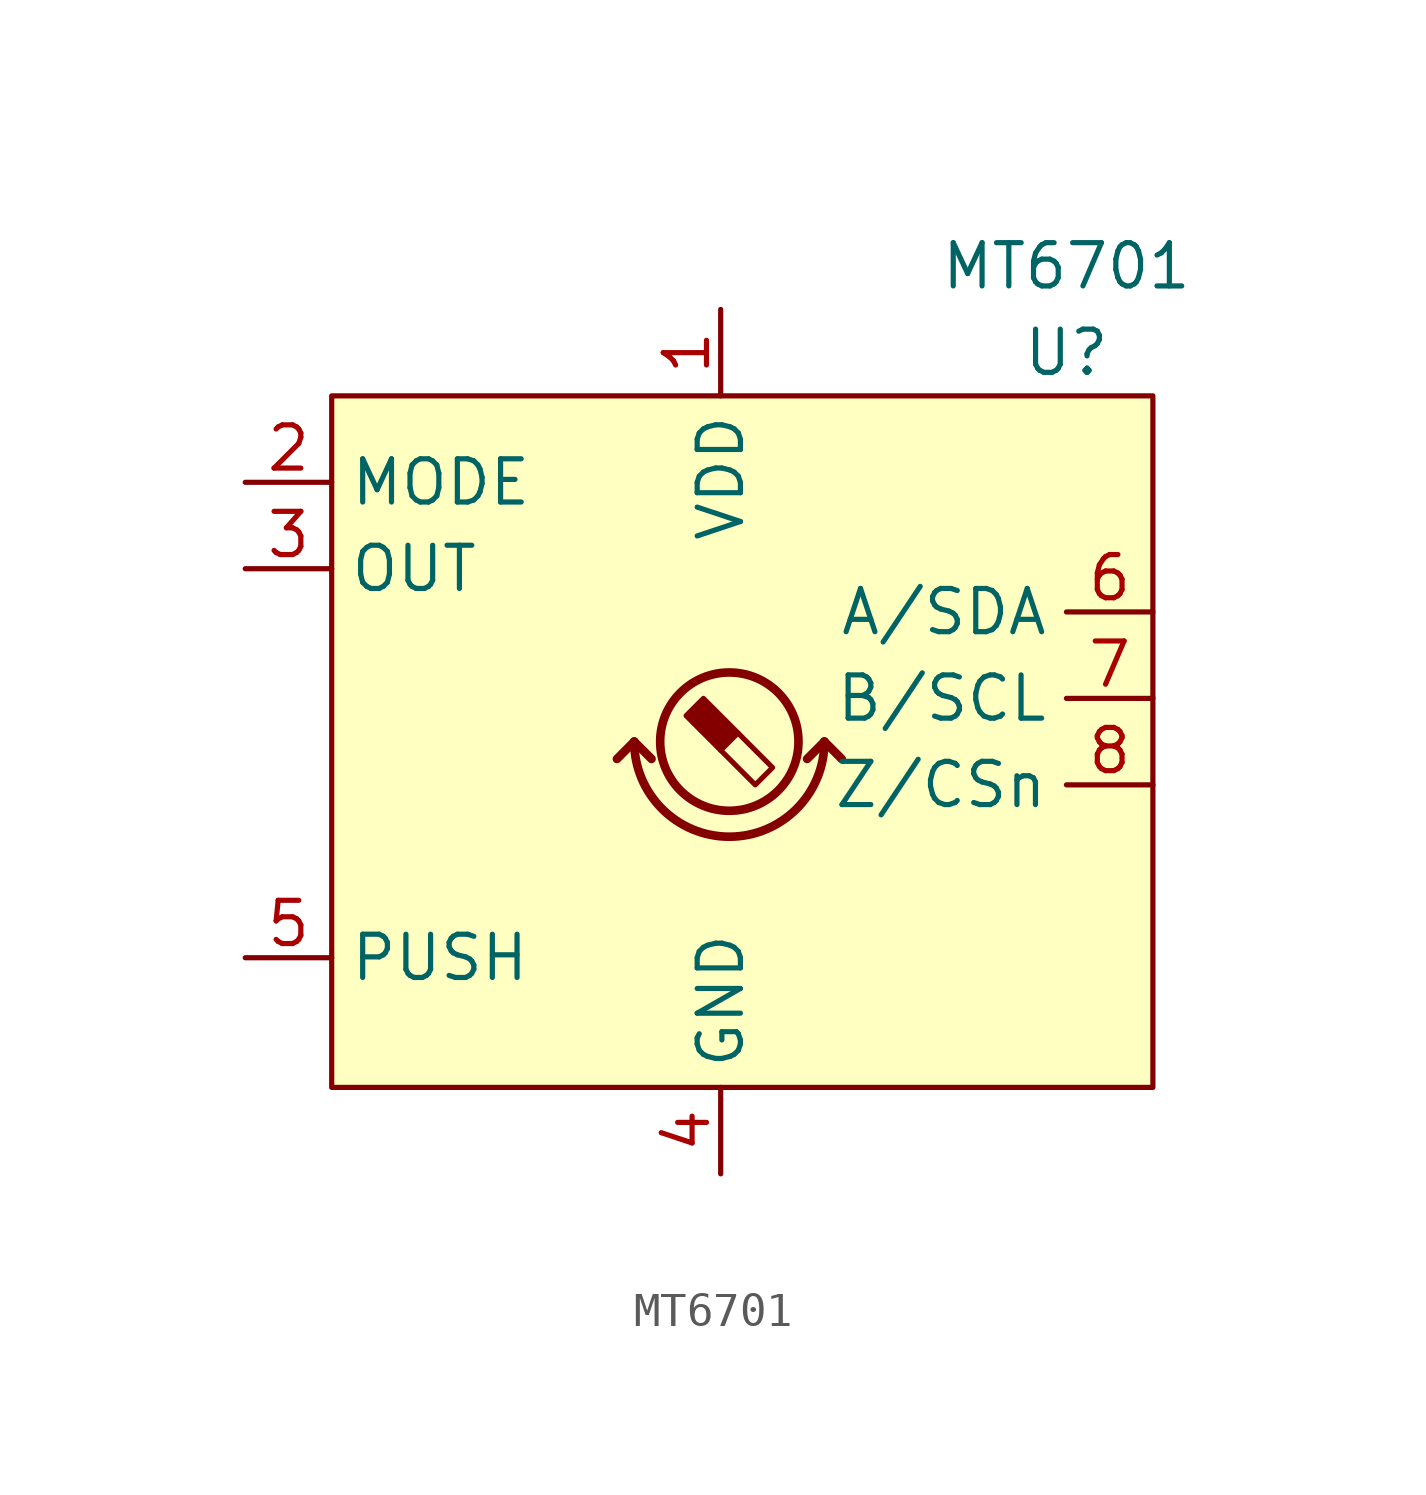
<source format=kicad_sym>
(kicad_symbol_lib
  (version 20211014)
  (generator kicad_symbol_editor)
  (symbol "MT6701"
    (property "Reference" "U"
      (at 10.16 11.43 0)
      (effects (font (size 1.27 1.27))))
    (property "Value" "MT6701"
      (at 10.16 13.97 0)
      (effects (font (size 1.27 1.27))))
    (symbol "MT6701_0_1"
      (rectangle (start -11.43 10.16) (end 12.7 -10.16) (stroke (width 0) (type default) (color 0 0 0 0)) (fill (type background)))
      (arc (start -2.54 0) (mid 0.254 -2.794) (end 3.048 0) (stroke (width 0.254) (type default) (color 0 0 0 0)) (fill (type none)))
      (polyline (pts (xy -2.54 0) (xy -3.048 -0.508)) (stroke (width 0.254) (type default) (color 0 0 0 0)) (fill (type none)))
      (polyline (pts (xy -2.54 0) (xy -2.032 -0.508)) (stroke (width 0.254) (type default) (color 0 0 0 0)) (fill (type none)))
      (polyline (pts (xy 3.048 0) (xy 2.54 -0.508)) (stroke (width 0.254) (type default) (color 0 0 0 0)) (fill (type none)))
      (polyline (pts (xy 3.048 0) (xy 3.556 -0.508)) (stroke (width 0.254) (type default) (color 0 0 0 0)) (fill (type none))))
    (symbol "MT6701_1_1"
      (polyline (pts (xy 0.508 0.254) (xy 1.524 -0.762) (xy 1.016 -1.27) (xy 0 -0.254)) (stroke (width 0) (type default) (color 0 0 0 0)) (fill (type none)))
      (polyline (pts (xy -0.508 1.27) (xy 0.508 0.254) (xy 0 -0.254) (xy -1.016 0.762) (xy -0.762 1.016) (xy -0.508 1.27) (xy -0.381 1.143)) (stroke (width 0) (type default) (color 0 0 0 0)) (fill (type outline)))
      (circle (center 0.254 0) (radius 2.032) (stroke (width 0.254) (type default) (color 0 0 0 0)) (fill (type none)))
      (pin power_in line (at 0 12.7 270) (length 2.54) (name "VDD" (effects (font (size 1.27 1.27)))) (number "1" (effects (font (size 1.27 1.27)))))
      (pin input line (at -13.97 7.62 0) (length 2.54) (name "MODE" (effects (font (size 1.27 1.27)))) (number "2" (effects (font (size 1.27 1.27)))))
      (pin input line (at -13.97 5.08 0) (length 2.54) (name "OUT" (effects (font (size 1.27 1.27)))) (number "3" (effects (font (size 1.27 1.27)))))
      (pin power_in line (at 0 -12.7 90) (length 2.54) (name "GND" (effects (font (size 1.27 1.27)))) (number "4" (effects (font (size 1.27 1.27)))))
      (pin input line (at -13.97 -6.35 0) (length 2.54) (name "PUSH" (effects (font (size 1.27 1.27)))) (number "5" (effects (font (size 1.27 1.27)))))
      (pin bidirectional line (at 12.7 3.81 180) (length 2.54) (name "A/SDA" (effects (font (size 1.27 1.27)))) (number "6" (effects (font (size 1.27 1.27)))))
      (pin bidirectional line (at 12.7 1.27 180) (length 2.54) (name "B/SCL" (effects (font (size 1.27 1.27)))) (number "7" (effects (font (size 1.27 1.27)))))
      (pin bidirectional line (at 12.7 -1.27 180) (length 2.54) (name "Z/CSn" (effects (font (size 1.27 1.27)))) (number "8" (effects (font (size 1.27 1.27))))))))
</source>
